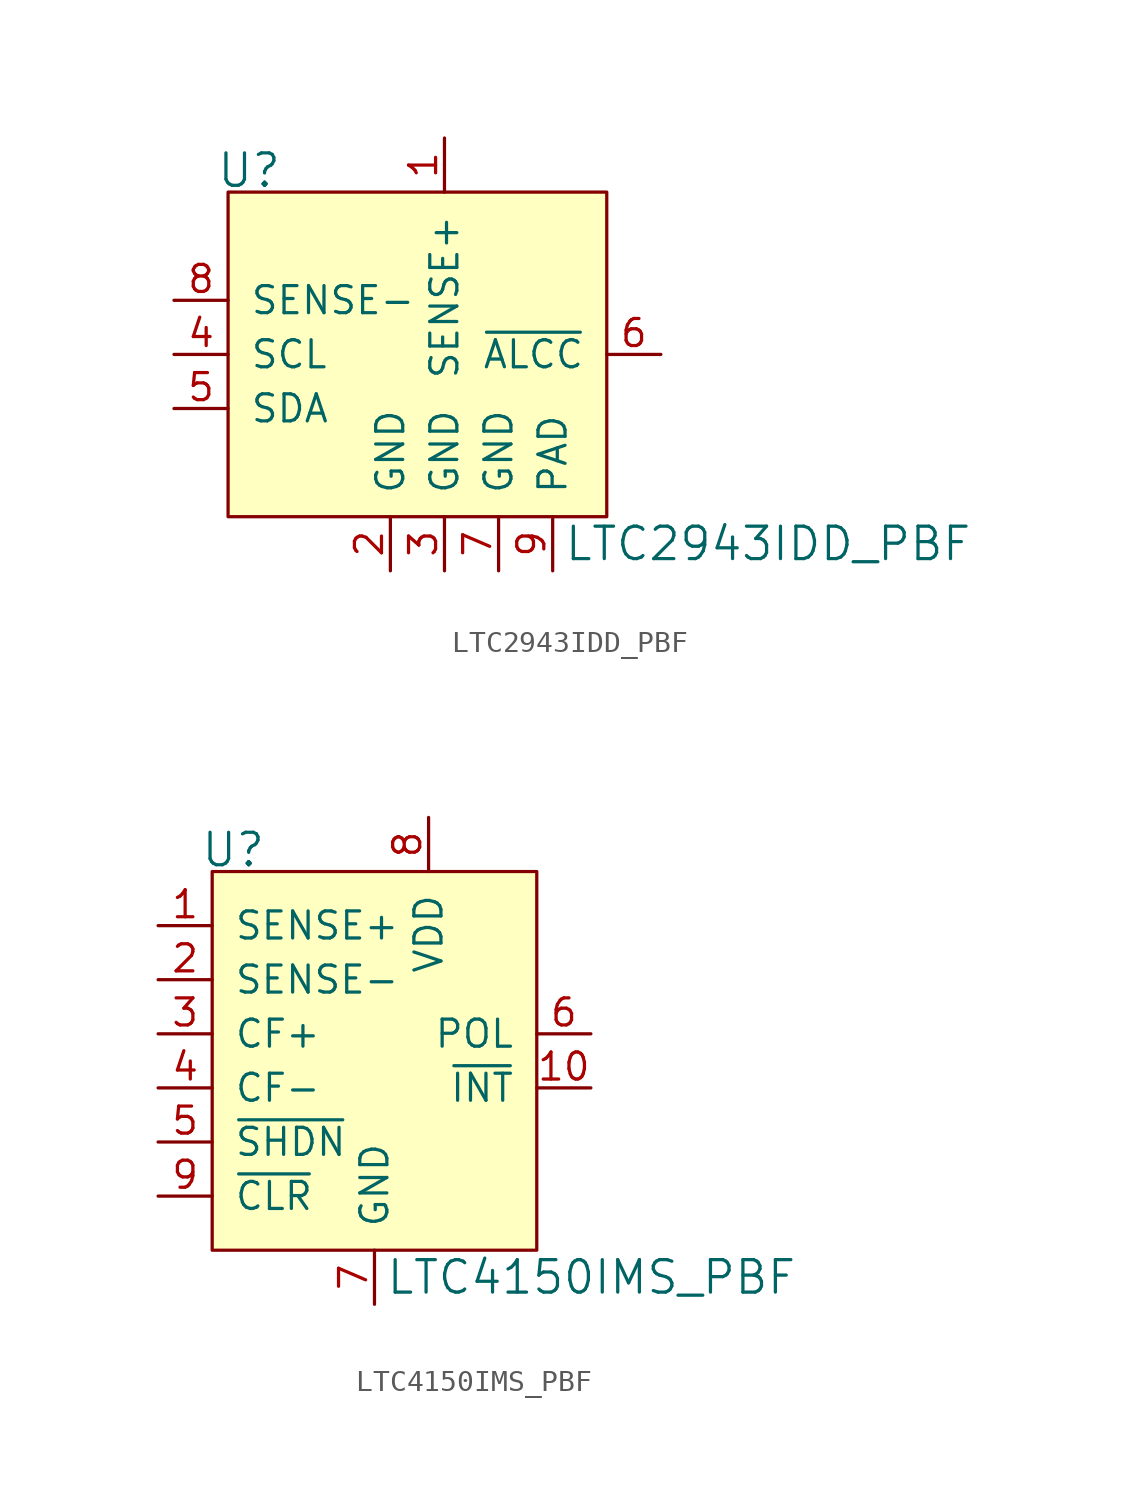
<source format=kicad_sym>
(kicad_symbol_lib
  (version 20231120)
  (generator "kicad_symbol_editor")
  (generator_version "8.0")
  (symbol "LTC2943IDD_PBF"
    (pin_names
      (offset 1.016))
    (property "Reference" "U"
      (at -5.08 3.556 0)
      (effects (font (size 1.524 1.524)) (justify right)))
    (property "Value" "LTC2943IDD_PBF"
      (at 8.128 -13.97 0)
      (effects (font (size 1.524 1.524)) (justify left)))
    (symbol "LTC2943IDD_PBF_0_1"
      (rectangle (start -7.62 2.54) (end 10.16 -12.7) (stroke (width 0) (type default)) (fill (type background))))
    (symbol "LTC2943IDD_PBF_1_0"
      (pin power_in line (at 2.54 5.08 270) (length 2.54) (name "SENSE+" (effects (font (size 1.27 1.27)))) (number "1" (effects (font (size 1.27 1.27))))))
    (symbol "LTC2943IDD_PBF_1_1"
      (pin power_in line (at 0 -15.24 90) (length 2.54) (name "GND" (effects (font (size 1.27 1.27)))) (number "2" (effects (font (size 1.27 1.27)))))
      (pin power_in line (at 2.54 -15.24 90) (length 2.54) (name "GND" (effects (font (size 1.27 1.27)))) (number "3" (effects (font (size 1.27 1.27)))))
      (pin input line (at -10.16 -5.08 0) (length 2.54) (name "SCL" (effects (font (size 1.27 1.27)))) (number "4" (effects (font (size 1.27 1.27)))))
      (pin bidirectional line (at -10.16 -7.62 0) (length 2.54) (name "SDA" (effects (font (size 1.27 1.27)))) (number "5" (effects (font (size 1.27 1.27)))))
      (pin bidirectional line (at 12.7 -5.08 180) (length 2.54) (name "~{ALCC}" (effects (font (size 1.27 1.27)))) (number "6" (effects (font (size 1.27 1.27)))))
      (pin power_in line (at 5.08 -15.24 90) (length 2.54) (name "GND" (effects (font (size 1.27 1.27)))) (number "7" (effects (font (size 1.27 1.27)))))
      (pin input line (at -10.16 -2.54 0) (length 2.54) (name "SENSE-" (effects (font (size 1.27 1.27)))) (number "8" (effects (font (size 1.27 1.27)))))
      (pin power_in line (at 7.62 -15.24 90) (length 2.54) (name "PAD" (effects (font (size 1.27 1.27)))) (number "9" (effects (font (size 1.27 1.27)))))))
  (symbol "LTC4150IMS_PBF"
    (pin_names
      (offset 1.016))
    (property "Reference" "U"
      (at -5.08 3.556 0)
      (effects (font (size 1.524 1.524)) (justify right)))
    (property "Value" "LTC4150IMS_PBF"
      (at 0.508 -16.51 0)
      (effects (font (size 1.524 1.524)) (justify left)))
    (symbol "LTC4150IMS_PBF_0_1"
      (rectangle (start -7.62 2.54) (end 7.62 -15.24) (stroke (width 0) (type default)) (fill (type background))))
    (symbol "LTC4150IMS_PBF_1_1"
      (pin input line (at -10.16 0 0) (length 2.54) (name "SENSE+" (effects (font (size 1.27 1.27)))) (number "1" (effects (font (size 1.27 1.27)))))
      (pin output line (at 10.16 -7.62 180) (length 2.54) (name "~{INT}" (effects (font (size 1.27 1.27)))) (number "10" (effects (font (size 1.27 1.27)))))
      (pin input line (at -10.16 -2.54 0) (length 2.54) (name "SENSE-" (effects (font (size 1.27 1.27)))) (number "2" (effects (font (size 1.27 1.27)))))
      (pin passive line (at -10.16 -5.08 0) (length 2.54) (name "CF+" (effects (font (size 1.27 1.27)))) (number "3" (effects (font (size 1.27 1.27)))))
      (pin passive line (at -10.16 -7.62 0) (length 2.54) (name "CF-" (effects (font (size 1.27 1.27)))) (number "4" (effects (font (size 1.27 1.27)))))
      (pin input line (at -10.16 -10.16 0) (length 2.54) (name "~{SHDN}" (effects (font (size 1.27 1.27)))) (number "5" (effects (font (size 1.27 1.27)))))
      (pin output line (at 10.16 -5.08 180) (length 2.54) (name "POL" (effects (font (size 1.27 1.27)))) (number "6" (effects (font (size 1.27 1.27)))))
      (pin power_in line (at 0 -17.78 90) (length 2.54) (name "GND" (effects (font (size 1.27 1.27)))) (number "7" (effects (font (size 1.27 1.27)))))
      (pin power_in line (at 2.54 5.08 270) (length 2.54) (name "VDD" (effects (font (size 1.27 1.27)))) (number "8" (effects (font (size 1.27 1.27)))))
      (pin input line (at -10.16 -12.7 0) (length 2.54) (name "~{CLR}" (effects (font (size 1.27 1.27)))) (number "9" (effects (font (size 1.27 1.27))))))))
</source>
